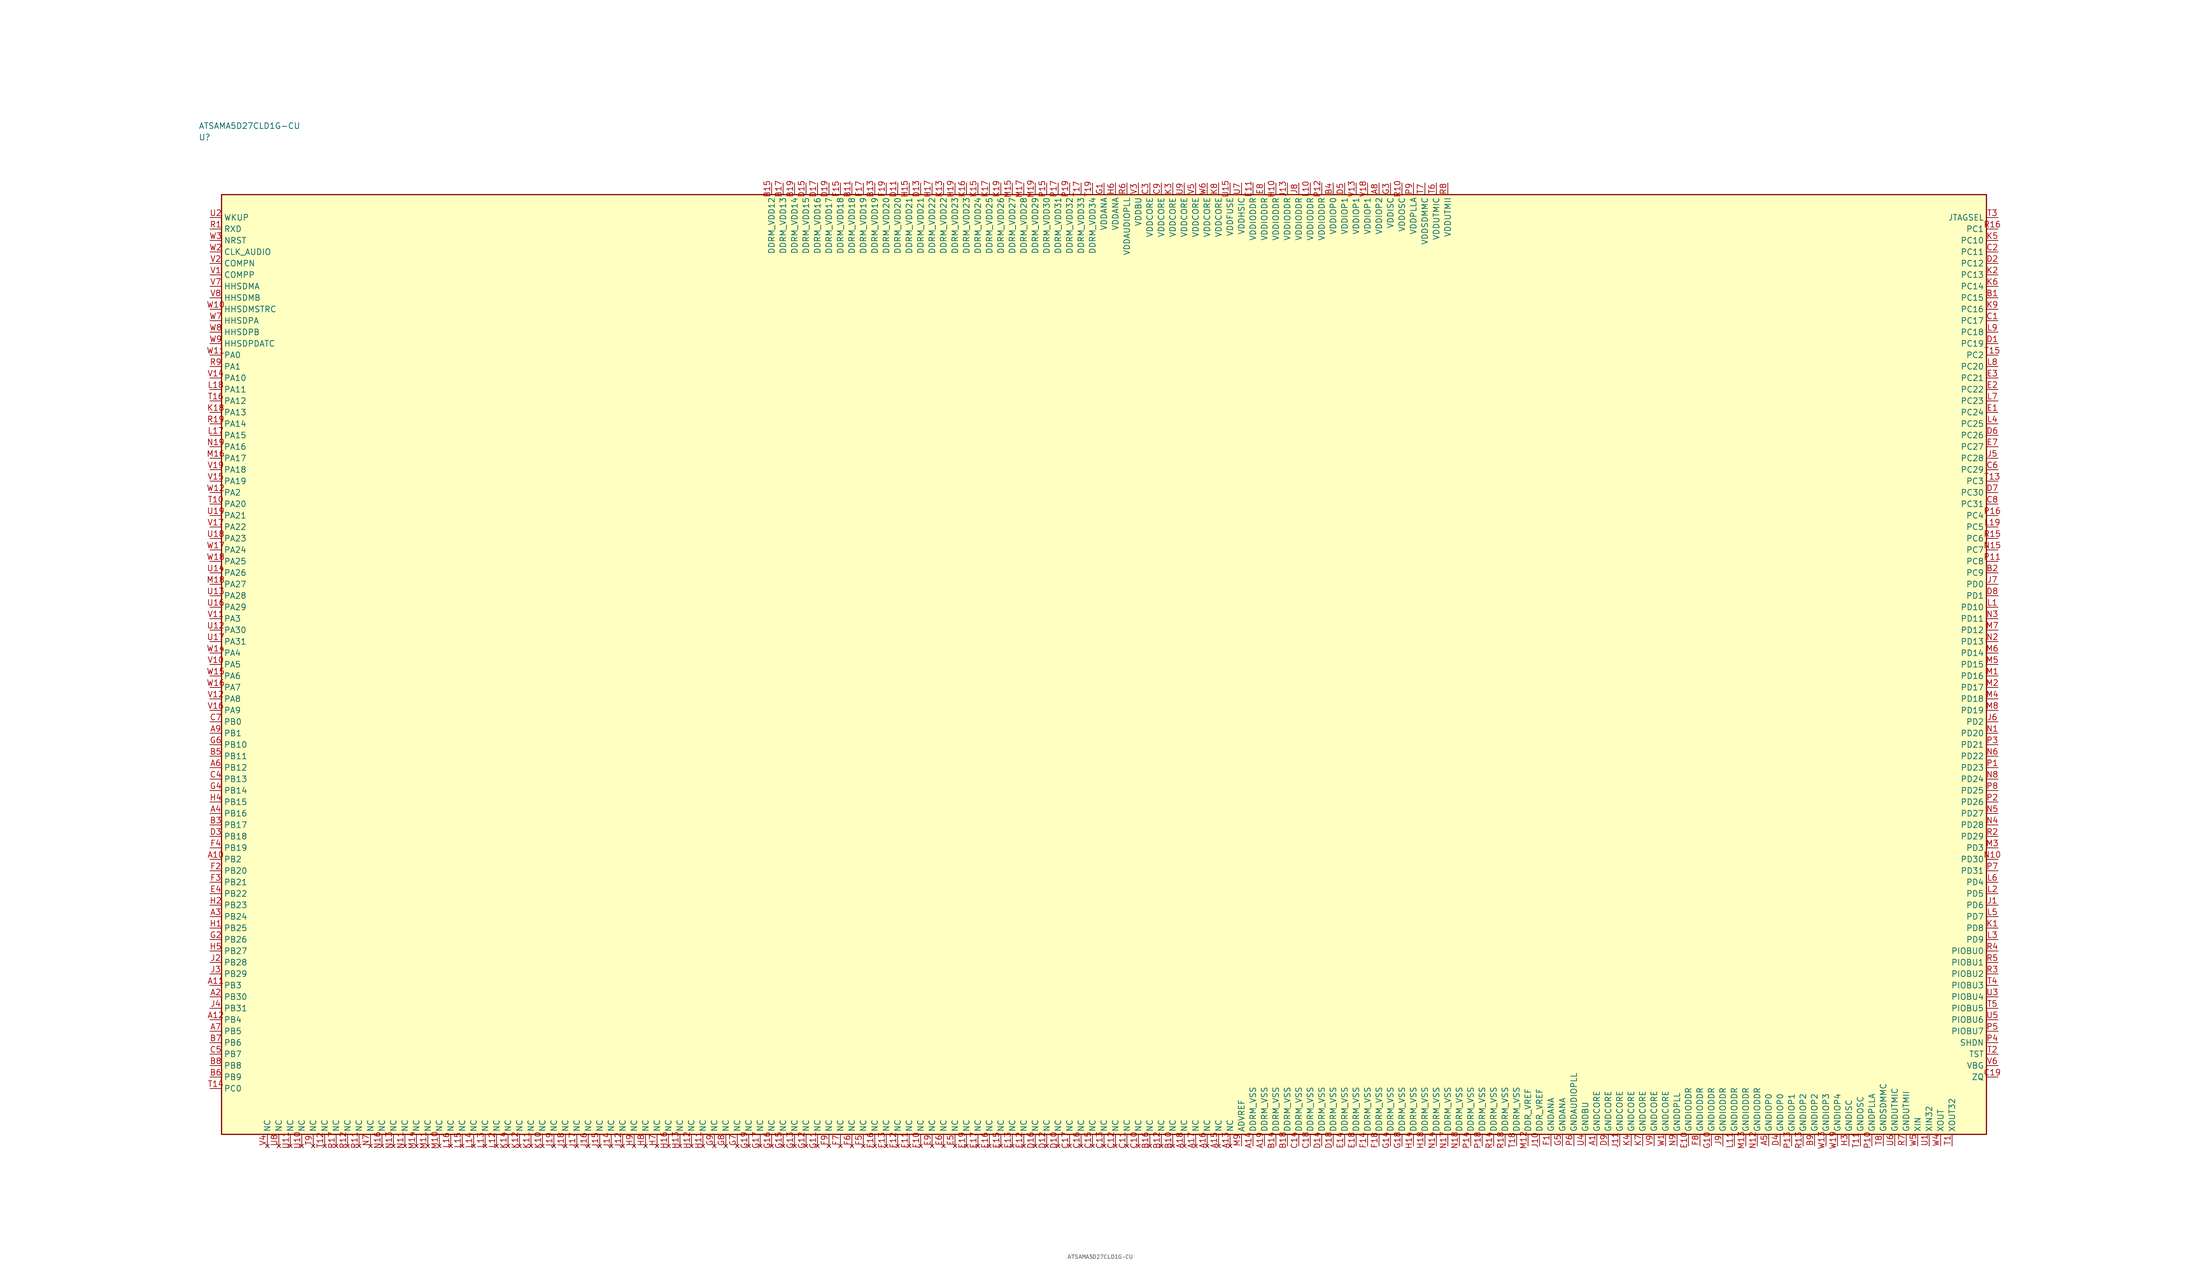
<source format=kicad_sym>
(kicad_symbol_lib
  (version 20241025)
  (generator "kicad_symbol_editor")
  (generator_version "8.0")
  (symbol "ATSAMA5D27CLD1G-CU"
    (property "Reference" "U"
      (at -197.5 115.0 0)
      (effects (font (size 1.27 1.27)) (justify left)))
    (property "Value" "ATSAMA5D27CLD1G-CU"
      (at -197.5 117.5 0)
      (effects (font (size 1.27 1.27)) (justify left)))
    (symbol "ATSAMA5D27CLD1G-CU_0_1"
      (rectangle (start -192.5 102.5) (end 192.5 -102.5) (stroke (width 0.254) (type default)) (fill (type background))))
    (symbol "ATSAMA5D27CLD1G-CU_1_1"
      (pin bidirectional line (at -195.04 67.5 0.0) (length 2.54) (name "PA0" (effects (font (size 1.27 1.27)))) (number "W11" (effects (font (size 1.27 1.27)))))
      (pin bidirectional line (at -195.04 65.0 0.0) (length 2.54) (name "PA1" (effects (font (size 1.27 1.27)))) (number "R9" (effects (font (size 1.27 1.27)))))
      (pin bidirectional line (at -195.04 37.5 0.0) (length 2.54) (name "PA2" (effects (font (size 1.27 1.27)))) (number "W12" (effects (font (size 1.27 1.27)))))
      (pin bidirectional line (at -195.04 10.0 0.0) (length 2.54) (name "PA3" (effects (font (size 1.27 1.27)))) (number "V11" (effects (font (size 1.27 1.27)))))
      (pin bidirectional line (at -195.04 2.5 0.0) (length 2.54) (name "PA4" (effects (font (size 1.27 1.27)))) (number "W14" (effects (font (size 1.27 1.27)))))
      (pin bidirectional line (at -195.04 0.0 0.0) (length 2.54) (name "PA5" (effects (font (size 1.27 1.27)))) (number "V10" (effects (font (size 1.27 1.27)))))
      (pin bidirectional line (at -195.04 -2.5 0.0) (length 2.54) (name "PA6" (effects (font (size 1.27 1.27)))) (number "W15" (effects (font (size 1.27 1.27)))))
      (pin bidirectional line (at -195.04 -5.0 0.0) (length 2.54) (name "PA7" (effects (font (size 1.27 1.27)))) (number "W16" (effects (font (size 1.27 1.27)))))
      (pin bidirectional line (at -195.04 -7.5 0.0) (length 2.54) (name "PA8" (effects (font (size 1.27 1.27)))) (number "V12" (effects (font (size 1.27 1.27)))))
      (pin bidirectional line (at -195.04 -10.0 0.0) (length 2.54) (name "PA9" (effects (font (size 1.27 1.27)))) (number "V16" (effects (font (size 1.27 1.27)))))
      (pin bidirectional line (at -195.04 62.5 0.0) (length 2.54) (name "PA10" (effects (font (size 1.27 1.27)))) (number "V14" (effects (font (size 1.27 1.27)))))
      (pin bidirectional line (at -195.04 60.0 0.0) (length 2.54) (name "PA11" (effects (font (size 1.27 1.27)))) (number "L18" (effects (font (size 1.27 1.27)))))
      (pin bidirectional line (at -195.04 57.5 0.0) (length 2.54) (name "PA12" (effects (font (size 1.27 1.27)))) (number "T16" (effects (font (size 1.27 1.27)))))
      (pin bidirectional line (at -195.04 55.0 0.0) (length 2.54) (name "PA13" (effects (font (size 1.27 1.27)))) (number "K18" (effects (font (size 1.27 1.27)))))
      (pin bidirectional line (at -195.04 52.5 0.0) (length 2.54) (name "PA14" (effects (font (size 1.27 1.27)))) (number "R19" (effects (font (size 1.27 1.27)))))
      (pin bidirectional line (at -195.04 50.0 0.0) (length 2.54) (name "PA15" (effects (font (size 1.27 1.27)))) (number "L17" (effects (font (size 1.27 1.27)))))
      (pin bidirectional line (at -195.04 47.5 0.0) (length 2.54) (name "PA16" (effects (font (size 1.27 1.27)))) (number "N19" (effects (font (size 1.27 1.27)))))
      (pin bidirectional line (at -195.04 45.0 0.0) (length 2.54) (name "PA17" (effects (font (size 1.27 1.27)))) (number "M16" (effects (font (size 1.27 1.27)))))
      (pin bidirectional line (at -195.04 42.5 0.0) (length 2.54) (name "PA18" (effects (font (size 1.27 1.27)))) (number "V19" (effects (font (size 1.27 1.27)))))
      (pin bidirectional line (at -195.04 40.0 0.0) (length 2.54) (name "PA19" (effects (font (size 1.27 1.27)))) (number "V15" (effects (font (size 1.27 1.27)))))
      (pin bidirectional line (at -195.04 35.0 0.0) (length 2.54) (name "PA20" (effects (font (size 1.27 1.27)))) (number "T10" (effects (font (size 1.27 1.27)))))
      (pin bidirectional line (at -195.04 32.5 0.0) (length 2.54) (name "PA21" (effects (font (size 1.27 1.27)))) (number "U19" (effects (font (size 1.27 1.27)))))
      (pin bidirectional line (at -195.04 30.0 0.0) (length 2.54) (name "PA22" (effects (font (size 1.27 1.27)))) (number "V17" (effects (font (size 1.27 1.27)))))
      (pin bidirectional line (at -195.04 27.5 0.0) (length 2.54) (name "PA23" (effects (font (size 1.27 1.27)))) (number "U18" (effects (font (size 1.27 1.27)))))
      (pin bidirectional line (at -195.04 25.0 0.0) (length 2.54) (name "PA24" (effects (font (size 1.27 1.27)))) (number "W17" (effects (font (size 1.27 1.27)))))
      (pin bidirectional line (at -195.04 22.5 0.0) (length 2.54) (name "PA25" (effects (font (size 1.27 1.27)))) (number "W18" (effects (font (size 1.27 1.27)))))
      (pin bidirectional line (at -195.04 20.0 0.0) (length 2.54) (name "PA26" (effects (font (size 1.27 1.27)))) (number "U14" (effects (font (size 1.27 1.27)))))
      (pin bidirectional line (at -195.04 17.5 0.0) (length 2.54) (name "PA27" (effects (font (size 1.27 1.27)))) (number "M18" (effects (font (size 1.27 1.27)))))
      (pin bidirectional line (at -195.04 15.0 0.0) (length 2.54) (name "PA28" (effects (font (size 1.27 1.27)))) (number "U13" (effects (font (size 1.27 1.27)))))
      (pin bidirectional line (at -195.04 12.5 0.0) (length 2.54) (name "PA29" (effects (font (size 1.27 1.27)))) (number "U16" (effects (font (size 1.27 1.27)))))
      (pin bidirectional line (at -195.04 7.5 0.0) (length 2.54) (name "PA30" (effects (font (size 1.27 1.27)))) (number "U12" (effects (font (size 1.27 1.27)))))
      (pin bidirectional line (at -195.04 5.0 0.0) (length 2.54) (name "PA31" (effects (font (size 1.27 1.27)))) (number "U17" (effects (font (size 1.27 1.27)))))
      (pin bidirectional line (at -195.04 -12.5 0.0) (length 2.54) (name "PB0" (effects (font (size 1.27 1.27)))) (number "C7" (effects (font (size 1.27 1.27)))))
      (pin bidirectional line (at -195.04 -15.0 0.0) (length 2.54) (name "PB1" (effects (font (size 1.27 1.27)))) (number "A9" (effects (font (size 1.27 1.27)))))
      (pin bidirectional line (at -195.04 -42.5 0.0) (length 2.54) (name "PB2" (effects (font (size 1.27 1.27)))) (number "A10" (effects (font (size 1.27 1.27)))))
      (pin bidirectional line (at -195.04 -70.0 0.0) (length 2.54) (name "PB3" (effects (font (size 1.27 1.27)))) (number "A11" (effects (font (size 1.27 1.27)))))
      (pin bidirectional line (at -195.04 -77.5 0.0) (length 2.54) (name "PB4" (effects (font (size 1.27 1.27)))) (number "A12" (effects (font (size 1.27 1.27)))))
      (pin bidirectional line (at -195.04 -80.0 0.0) (length 2.54) (name "PB5" (effects (font (size 1.27 1.27)))) (number "A7" (effects (font (size 1.27 1.27)))))
      (pin bidirectional line (at -195.04 -82.5 0.0) (length 2.54) (name "PB6" (effects (font (size 1.27 1.27)))) (number "B7" (effects (font (size 1.27 1.27)))))
      (pin bidirectional line (at -195.04 -85.0 0.0) (length 2.54) (name "PB7" (effects (font (size 1.27 1.27)))) (number "C5" (effects (font (size 1.27 1.27)))))
      (pin bidirectional line (at -195.04 -87.5 0.0) (length 2.54) (name "PB8" (effects (font (size 1.27 1.27)))) (number "B8" (effects (font (size 1.27 1.27)))))
      (pin bidirectional line (at -195.04 -90.0 0.0) (length 2.54) (name "PB9" (effects (font (size 1.27 1.27)))) (number "B6" (effects (font (size 1.27 1.27)))))
      (pin bidirectional line (at -195.04 -17.5 0.0) (length 2.54) (name "PB10" (effects (font (size 1.27 1.27)))) (number "G6" (effects (font (size 1.27 1.27)))))
      (pin bidirectional line (at -195.04 -20.0 0.0) (length 2.54) (name "PB11" (effects (font (size 1.27 1.27)))) (number "B5" (effects (font (size 1.27 1.27)))))
      (pin bidirectional line (at -195.04 -22.5 0.0) (length 2.54) (name "PB12" (effects (font (size 1.27 1.27)))) (number "A6" (effects (font (size 1.27 1.27)))))
      (pin bidirectional line (at -195.04 -25.0 0.0) (length 2.54) (name "PB13" (effects (font (size 1.27 1.27)))) (number "C4" (effects (font (size 1.27 1.27)))))
      (pin bidirectional line (at -195.04 -27.5 0.0) (length 2.54) (name "PB14" (effects (font (size 1.27 1.27)))) (number "G4" (effects (font (size 1.27 1.27)))))
      (pin bidirectional line (at -195.04 -30.0 0.0) (length 2.54) (name "PB15" (effects (font (size 1.27 1.27)))) (number "H4" (effects (font (size 1.27 1.27)))))
      (pin bidirectional line (at -195.04 -32.5 0.0) (length 2.54) (name "PB16" (effects (font (size 1.27 1.27)))) (number "A4" (effects (font (size 1.27 1.27)))))
      (pin bidirectional line (at -195.04 -35.0 0.0) (length 2.54) (name "PB17" (effects (font (size 1.27 1.27)))) (number "B3" (effects (font (size 1.27 1.27)))))
      (pin bidirectional line (at -195.04 -37.5 0.0) (length 2.54) (name "PB18" (effects (font (size 1.27 1.27)))) (number "D3" (effects (font (size 1.27 1.27)))))
      (pin bidirectional line (at -195.04 -40.0 0.0) (length 2.54) (name "PB19" (effects (font (size 1.27 1.27)))) (number "F4" (effects (font (size 1.27 1.27)))))
      (pin bidirectional line (at -195.04 -45.0 0.0) (length 2.54) (name "PB20" (effects (font (size 1.27 1.27)))) (number "F2" (effects (font (size 1.27 1.27)))))
      (pin bidirectional line (at -195.04 -47.5 0.0) (length 2.54) (name "PB21" (effects (font (size 1.27 1.27)))) (number "F3" (effects (font (size 1.27 1.27)))))
      (pin bidirectional line (at -195.04 -50.0 0.0) (length 2.54) (name "PB22" (effects (font (size 1.27 1.27)))) (number "E4" (effects (font (size 1.27 1.27)))))
      (pin bidirectional line (at -195.04 -52.5 0.0) (length 2.54) (name "PB23" (effects (font (size 1.27 1.27)))) (number "H2" (effects (font (size 1.27 1.27)))))
      (pin bidirectional line (at -195.04 -55.0 0.0) (length 2.54) (name "PB24" (effects (font (size 1.27 1.27)))) (number "A3" (effects (font (size 1.27 1.27)))))
      (pin bidirectional line (at -195.04 -57.5 0.0) (length 2.54) (name "PB25" (effects (font (size 1.27 1.27)))) (number "H1" (effects (font (size 1.27 1.27)))))
      (pin bidirectional line (at -195.04 -60.0 0.0) (length 2.54) (name "PB26" (effects (font (size 1.27 1.27)))) (number "G2" (effects (font (size 1.27 1.27)))))
      (pin bidirectional line (at -195.04 -62.5 0.0) (length 2.54) (name "PB27" (effects (font (size 1.27 1.27)))) (number "H5" (effects (font (size 1.27 1.27)))))
      (pin bidirectional line (at -195.04 -65.0 0.0) (length 2.54) (name "PB28" (effects (font (size 1.27 1.27)))) (number "J2" (effects (font (size 1.27 1.27)))))
      (pin bidirectional line (at -195.04 -67.5 0.0) (length 2.54) (name "PB29" (effects (font (size 1.27 1.27)))) (number "J3" (effects (font (size 1.27 1.27)))))
      (pin bidirectional line (at -195.04 -72.5 0.0) (length 2.54) (name "PB30" (effects (font (size 1.27 1.27)))) (number "A2" (effects (font (size 1.27 1.27)))))
      (pin bidirectional line (at -195.04 -75.0 0.0) (length 2.54) (name "PB31" (effects (font (size 1.27 1.27)))) (number "J4" (effects (font (size 1.27 1.27)))))
      (pin bidirectional line (at -195.04 -92.5 0.0) (length 2.54) (name "PC0" (effects (font (size 1.27 1.27)))) (number "T14" (effects (font (size 1.27 1.27)))))
      (pin bidirectional line (at 195.04 95.0 180.0) (length 2.54) (name "PC1" (effects (font (size 1.27 1.27)))) (number "R16" (effects (font (size 1.27 1.27)))))
      (pin bidirectional line (at 195.04 67.5 180.0) (length 2.54) (name "PC2" (effects (font (size 1.27 1.27)))) (number "T15" (effects (font (size 1.27 1.27)))))
      (pin bidirectional line (at 195.04 40.0 180.0) (length 2.54) (name "PC3" (effects (font (size 1.27 1.27)))) (number "T13" (effects (font (size 1.27 1.27)))))
      (pin bidirectional line (at 195.04 32.5 180.0) (length 2.54) (name "PC4" (effects (font (size 1.27 1.27)))) (number "P16" (effects (font (size 1.27 1.27)))))
      (pin bidirectional line (at 195.04 30.0 180.0) (length 2.54) (name "PC5" (effects (font (size 1.27 1.27)))) (number "L19" (effects (font (size 1.27 1.27)))))
      (pin bidirectional line (at 195.04 27.5 180.0) (length 2.54) (name "PC6" (effects (font (size 1.27 1.27)))) (number "R15" (effects (font (size 1.27 1.27)))))
      (pin bidirectional line (at 195.04 25.0 180.0) (length 2.54) (name "PC7" (effects (font (size 1.27 1.27)))) (number "N15" (effects (font (size 1.27 1.27)))))
      (pin bidirectional line (at 195.04 22.5 180.0) (length 2.54) (name "PC8" (effects (font (size 1.27 1.27)))) (number "P11" (effects (font (size 1.27 1.27)))))
      (pin bidirectional line (at 195.04 20.0 180.0) (length 2.54) (name "PC9" (effects (font (size 1.27 1.27)))) (number "B2" (effects (font (size 1.27 1.27)))))
      (pin bidirectional line (at 195.04 92.5 180.0) (length 2.54) (name "PC10" (effects (font (size 1.27 1.27)))) (number "K5" (effects (font (size 1.27 1.27)))))
      (pin bidirectional line (at 195.04 90.0 180.0) (length 2.54) (name "PC11" (effects (font (size 1.27 1.27)))) (number "C2" (effects (font (size 1.27 1.27)))))
      (pin bidirectional line (at 195.04 87.5 180.0) (length 2.54) (name "PC12" (effects (font (size 1.27 1.27)))) (number "D2" (effects (font (size 1.27 1.27)))))
      (pin bidirectional line (at 195.04 85.0 180.0) (length 2.54) (name "PC13" (effects (font (size 1.27 1.27)))) (number "K2" (effects (font (size 1.27 1.27)))))
      (pin bidirectional line (at 195.04 82.5 180.0) (length 2.54) (name "PC14" (effects (font (size 1.27 1.27)))) (number "K6" (effects (font (size 1.27 1.27)))))
      (pin bidirectional line (at 195.04 80.0 180.0) (length 2.54) (name "PC15" (effects (font (size 1.27 1.27)))) (number "B1" (effects (font (size 1.27 1.27)))))
      (pin bidirectional line (at 195.04 77.5 180.0) (length 2.54) (name "PC16" (effects (font (size 1.27 1.27)))) (number "K9" (effects (font (size 1.27 1.27)))))
      (pin bidirectional line (at 195.04 75.0 180.0) (length 2.54) (name "PC17" (effects (font (size 1.27 1.27)))) (number "C1" (effects (font (size 1.27 1.27)))))
      (pin bidirectional line (at 195.04 72.5 180.0) (length 2.54) (name "PC18" (effects (font (size 1.27 1.27)))) (number "L9" (effects (font (size 1.27 1.27)))))
      (pin bidirectional line (at 195.04 70.0 180.0) (length 2.54) (name "PC19" (effects (font (size 1.27 1.27)))) (number "D1" (effects (font (size 1.27 1.27)))))
      (pin bidirectional line (at 195.04 65.0 180.0) (length 2.54) (name "PC20" (effects (font (size 1.27 1.27)))) (number "L8" (effects (font (size 1.27 1.27)))))
      (pin bidirectional line (at 195.04 62.5 180.0) (length 2.54) (name "PC21" (effects (font (size 1.27 1.27)))) (number "E3" (effects (font (size 1.27 1.27)))))
      (pin bidirectional line (at 195.04 60.0 180.0) (length 2.54) (name "PC22" (effects (font (size 1.27 1.27)))) (number "E2" (effects (font (size 1.27 1.27)))))
      (pin bidirectional line (at 195.04 57.5 180.0) (length 2.54) (name "PC23" (effects (font (size 1.27 1.27)))) (number "L7" (effects (font (size 1.27 1.27)))))
      (pin bidirectional line (at 195.04 55.0 180.0) (length 2.54) (name "PC24" (effects (font (size 1.27 1.27)))) (number "E1" (effects (font (size 1.27 1.27)))))
      (pin bidirectional line (at 195.04 52.5 180.0) (length 2.54) (name "PC25" (effects (font (size 1.27 1.27)))) (number "L4" (effects (font (size 1.27 1.27)))))
      (pin bidirectional line (at 195.04 50.0 180.0) (length 2.54) (name "PC26" (effects (font (size 1.27 1.27)))) (number "D6" (effects (font (size 1.27 1.27)))))
      (pin bidirectional line (at 195.04 47.5 180.0) (length 2.54) (name "PC27" (effects (font (size 1.27 1.27)))) (number "E7" (effects (font (size 1.27 1.27)))))
      (pin bidirectional line (at 195.04 45.0 180.0) (length 2.54) (name "PC28" (effects (font (size 1.27 1.27)))) (number "J5" (effects (font (size 1.27 1.27)))))
      (pin bidirectional line (at 195.04 42.5 180.0) (length 2.54) (name "PC29" (effects (font (size 1.27 1.27)))) (number "C6" (effects (font (size 1.27 1.27)))))
      (pin bidirectional line (at 195.04 37.5 180.0) (length 2.54) (name "PC30" (effects (font (size 1.27 1.27)))) (number "D7" (effects (font (size 1.27 1.27)))))
      (pin bidirectional line (at 195.04 35.0 180.0) (length 2.54) (name "PC31" (effects (font (size 1.27 1.27)))) (number "C8" (effects (font (size 1.27 1.27)))))
      (pin bidirectional line (at 195.04 17.5 180.0) (length 2.54) (name "PD0" (effects (font (size 1.27 1.27)))) (number "J7" (effects (font (size 1.27 1.27)))))
      (pin bidirectional line (at 195.04 15.0 180.0) (length 2.54) (name "PD1" (effects (font (size 1.27 1.27)))) (number "D8" (effects (font (size 1.27 1.27)))))
      (pin bidirectional line (at 195.04 -12.5 180.0) (length 2.54) (name "PD2" (effects (font (size 1.27 1.27)))) (number "J6" (effects (font (size 1.27 1.27)))))
      (pin bidirectional line (at 195.04 -40.0 180.0) (length 2.54) (name "PD3" (effects (font (size 1.27 1.27)))) (number "M3" (effects (font (size 1.27 1.27)))))
      (pin bidirectional line (at 195.04 -47.5 180.0) (length 2.54) (name "PD4" (effects (font (size 1.27 1.27)))) (number "L6" (effects (font (size 1.27 1.27)))))
      (pin bidirectional line (at 195.04 -50.0 180.0) (length 2.54) (name "PD5" (effects (font (size 1.27 1.27)))) (number "L2" (effects (font (size 1.27 1.27)))))
      (pin bidirectional line (at 195.04 -52.5 180.0) (length 2.54) (name "PD6" (effects (font (size 1.27 1.27)))) (number "J1" (effects (font (size 1.27 1.27)))))
      (pin bidirectional line (at 195.04 -55.0 180.0) (length 2.54) (name "PD7" (effects (font (size 1.27 1.27)))) (number "L5" (effects (font (size 1.27 1.27)))))
      (pin bidirectional line (at 195.04 -57.5 180.0) (length 2.54) (name "PD8" (effects (font (size 1.27 1.27)))) (number "K1" (effects (font (size 1.27 1.27)))))
      (pin bidirectional line (at 195.04 -60.0 180.0) (length 2.54) (name "PD9" (effects (font (size 1.27 1.27)))) (number "L3" (effects (font (size 1.27 1.27)))))
      (pin bidirectional line (at 195.04 12.5 180.0) (length 2.54) (name "PD10" (effects (font (size 1.27 1.27)))) (number "L1" (effects (font (size 1.27 1.27)))))
      (pin bidirectional line (at 195.04 10.0 180.0) (length 2.54) (name "PD11" (effects (font (size 1.27 1.27)))) (number "N3" (effects (font (size 1.27 1.27)))))
      (pin bidirectional line (at 195.04 7.5 180.0) (length 2.54) (name "PD12" (effects (font (size 1.27 1.27)))) (number "M7" (effects (font (size 1.27 1.27)))))
      (pin bidirectional line (at 195.04 5.0 180.0) (length 2.54) (name "PD13" (effects (font (size 1.27 1.27)))) (number "N2" (effects (font (size 1.27 1.27)))))
      (pin bidirectional line (at 195.04 2.5 180.0) (length 2.54) (name "PD14" (effects (font (size 1.27 1.27)))) (number "M6" (effects (font (size 1.27 1.27)))))
      (pin bidirectional line (at 195.04 0.0 180.0) (length 2.54) (name "PD15" (effects (font (size 1.27 1.27)))) (number "M5" (effects (font (size 1.27 1.27)))))
      (pin bidirectional line (at 195.04 -2.5 180.0) (length 2.54) (name "PD16" (effects (font (size 1.27 1.27)))) (number "M1" (effects (font (size 1.27 1.27)))))
      (pin bidirectional line (at 195.04 -5.0 180.0) (length 2.54) (name "PD17" (effects (font (size 1.27 1.27)))) (number "M2" (effects (font (size 1.27 1.27)))))
      (pin bidirectional line (at 195.04 -7.5 180.0) (length 2.54) (name "PD18" (effects (font (size 1.27 1.27)))) (number "M4" (effects (font (size 1.27 1.27)))))
      (pin bidirectional line (at 195.04 -10.0 180.0) (length 2.54) (name "PD19" (effects (font (size 1.27 1.27)))) (number "M8" (effects (font (size 1.27 1.27)))))
      (pin bidirectional line (at 195.04 -15.0 180.0) (length 2.54) (name "PD20" (effects (font (size 1.27 1.27)))) (number "N1" (effects (font (size 1.27 1.27)))))
      (pin bidirectional line (at 195.04 -17.5 180.0) (length 2.54) (name "PD21" (effects (font (size 1.27 1.27)))) (number "P3" (effects (font (size 1.27 1.27)))))
      (pin bidirectional line (at 195.04 -20.0 180.0) (length 2.54) (name "PD22" (effects (font (size 1.27 1.27)))) (number "N6" (effects (font (size 1.27 1.27)))))
      (pin bidirectional line (at 195.04 -22.5 180.0) (length 2.54) (name "PD23" (effects (font (size 1.27 1.27)))) (number "P1" (effects (font (size 1.27 1.27)))))
      (pin bidirectional line (at 195.04 -25.0 180.0) (length 2.54) (name "PD24" (effects (font (size 1.27 1.27)))) (number "N8" (effects (font (size 1.27 1.27)))))
      (pin bidirectional line (at 195.04 -27.5 180.0) (length 2.54) (name "PD25" (effects (font (size 1.27 1.27)))) (number "P8" (effects (font (size 1.27 1.27)))))
      (pin bidirectional line (at 195.04 -30.0 180.0) (length 2.54) (name "PD26" (effects (font (size 1.27 1.27)))) (number "P2" (effects (font (size 1.27 1.27)))))
      (pin bidirectional line (at 195.04 -32.5 180.0) (length 2.54) (name "PD27" (effects (font (size 1.27 1.27)))) (number "N5" (effects (font (size 1.27 1.27)))))
      (pin bidirectional line (at 195.04 -35.0 180.0) (length 2.54) (name "PD28" (effects (font (size 1.27 1.27)))) (number "N4" (effects (font (size 1.27 1.27)))))
      (pin bidirectional line (at 195.04 -37.5 180.0) (length 2.54) (name "PD29" (effects (font (size 1.27 1.27)))) (number "R2" (effects (font (size 1.27 1.27)))))
      (pin bidirectional line (at 195.04 -42.5 180.0) (length 2.54) (name "PD30" (effects (font (size 1.27 1.27)))) (number "N10" (effects (font (size 1.27 1.27)))))
      (pin bidirectional line (at 195.04 -45.0 180.0) (length 2.54) (name "PD31" (effects (font (size 1.27 1.27)))) (number "P7" (effects (font (size 1.27 1.27)))))
      (pin passive line (at 30.0 -105.04 90.0) (length 2.54) (name "ADVREF" (effects (font (size 1.27 1.27)))) (number "M9" (effects (font (size 1.27 1.27)))))
      (pin power_in line (at 0.0 105.04 270.0) (length 2.54) (name "VDDANA" (effects (font (size 1.27 1.27)))) (number "G1" (effects (font (size 1.27 1.27)))))
      (pin power_in line (at 2.5 105.04 270.0) (length 2.54) (name "VDDANA" (effects (font (size 1.27 1.27)))) (number "H6" (effects (font (size 1.27 1.27)))))
      (pin passive line (at 97.5 -105.04 90.0) (length 2.54) (name "GNDANA" (effects (font (size 1.27 1.27)))) (number "F1" (effects (font (size 1.27 1.27)))))
      (pin passive line (at 100.0 -105.04 90.0) (length 2.54) (name "GNDANA" (effects (font (size 1.27 1.27)))) (number "G5" (effects (font (size 1.27 1.27)))))
      (pin passive line (at 92.5 -105.04 90.0) (length 2.54) (name "DDR_VREF" (effects (font (size 1.27 1.27)))) (number "M12" (effects (font (size 1.27 1.27)))))
      (pin passive line (at 95.0 -105.04 90.0) (length 2.54) (name "DDR_VREF" (effects (font (size 1.27 1.27)))) (number "J10" (effects (font (size 1.27 1.27)))))
      (pin bidirectional line (at 195.04 -90.0 180.0) (length 2.54) (name "ZQ" (effects (font (size 1.27 1.27)))) (number "C19" (effects (font (size 1.27 1.27)))))
      (pin power_in line (at 32.5 105.04 270.0) (length 2.54) (name "VDDIODDR" (effects (font (size 1.27 1.27)))) (number "E11" (effects (font (size 1.27 1.27)))))
      (pin power_in line (at 35.0 105.04 270.0) (length 2.54) (name "VDDIODDR" (effects (font (size 1.27 1.27)))) (number "E8" (effects (font (size 1.27 1.27)))))
      (pin power_in line (at 37.5 105.04 270.0) (length 2.54) (name "VDDIODDR" (effects (font (size 1.27 1.27)))) (number "H10" (effects (font (size 1.27 1.27)))))
      (pin power_in line (at 40.0 105.04 270.0) (length 2.54) (name "VDDIODDR" (effects (font (size 1.27 1.27)))) (number "J13" (effects (font (size 1.27 1.27)))))
      (pin power_in line (at 42.5 105.04 270.0) (length 2.54) (name "VDDIODDR" (effects (font (size 1.27 1.27)))) (number "J8" (effects (font (size 1.27 1.27)))))
      (pin power_in line (at 45.0 105.04 270.0) (length 2.54) (name "VDDIODDR" (effects (font (size 1.27 1.27)))) (number "L10" (effects (font (size 1.27 1.27)))))
      (pin power_in line (at 47.5 105.04 270.0) (length 2.54) (name "VDDIODDR" (effects (font (size 1.27 1.27)))) (number "P12" (effects (font (size 1.27 1.27)))))
      (pin passive line (at 127.5 -105.04 90.0) (length 2.54) (name "GNDIODDR" (effects (font (size 1.27 1.27)))) (number "E10" (effects (font (size 1.27 1.27)))))
      (pin passive line (at 130.0 -105.04 90.0) (length 2.54) (name "GNDIODDR" (effects (font (size 1.27 1.27)))) (number "F8" (effects (font (size 1.27 1.27)))))
      (pin passive line (at 132.5 -105.04 90.0) (length 2.54) (name "GNDIODDR" (effects (font (size 1.27 1.27)))) (number "G10" (effects (font (size 1.27 1.27)))))
      (pin passive line (at 135.0 -105.04 90.0) (length 2.54) (name "GNDIODDR" (effects (font (size 1.27 1.27)))) (number "J9" (effects (font (size 1.27 1.27)))))
      (pin passive line (at 137.5 -105.04 90.0) (length 2.54) (name "GNDIODDR" (effects (font (size 1.27 1.27)))) (number "L11" (effects (font (size 1.27 1.27)))))
      (pin passive line (at 140.0 -105.04 90.0) (length 2.54) (name "GNDIODDR" (effects (font (size 1.27 1.27)))) (number "M13" (effects (font (size 1.27 1.27)))))
      (pin passive line (at 142.5 -105.04 90.0) (length 2.54) (name "GNDIODDR" (effects (font (size 1.27 1.27)))) (number "N12" (effects (font (size 1.27 1.27)))))
      (pin power_in line (at 10.0 105.04 270.0) (length 2.54) (name "VDDCORE" (effects (font (size 1.27 1.27)))) (number "C3" (effects (font (size 1.27 1.27)))))
      (pin power_in line (at 12.5 105.04 270.0) (length 2.54) (name "VDDCORE" (effects (font (size 1.27 1.27)))) (number "C9" (effects (font (size 1.27 1.27)))))
      (pin power_in line (at 15.0 105.04 270.0) (length 2.54) (name "VDDCORE" (effects (font (size 1.27 1.27)))) (number "K3" (effects (font (size 1.27 1.27)))))
      (pin power_in line (at 17.5 105.04 270.0) (length 2.54) (name "VDDCORE" (effects (font (size 1.27 1.27)))) (number "U9" (effects (font (size 1.27 1.27)))))
      (pin power_in line (at 20.0 105.04 270.0) (length 2.54) (name "VDDCORE" (effects (font (size 1.27 1.27)))) (number "V5" (effects (font (size 1.27 1.27)))))
      (pin power_in line (at 22.5 105.04 270.0) (length 2.54) (name "VDDCORE" (effects (font (size 1.27 1.27)))) (number "W6" (effects (font (size 1.27 1.27)))))
      (pin power_in line (at 25.0 105.04 270.0) (length 2.54) (name "VDDCORE" (effects (font (size 1.27 1.27)))) (number "K8" (effects (font (size 1.27 1.27)))))
      (pin passive line (at 107.5 -105.04 90.0) (length 2.54) (name "GNDCORE" (effects (font (size 1.27 1.27)))) (number "A1" (effects (font (size 1.27 1.27)))))
      (pin passive line (at 110.0 -105.04 90.0) (length 2.54) (name "GNDCORE" (effects (font (size 1.27 1.27)))) (number "D9" (effects (font (size 1.27 1.27)))))
      (pin passive line (at 112.5 -105.04 90.0) (length 2.54) (name "GNDCORE" (effects (font (size 1.27 1.27)))) (number "J11" (effects (font (size 1.27 1.27)))))
      (pin passive line (at 115.0 -105.04 90.0) (length 2.54) (name "GNDCORE" (effects (font (size 1.27 1.27)))) (number "K4" (effects (font (size 1.27 1.27)))))
      (pin passive line (at 117.5 -105.04 90.0) (length 2.54) (name "GNDCORE" (effects (font (size 1.27 1.27)))) (number "K7" (effects (font (size 1.27 1.27)))))
      (pin passive line (at 120.0 -105.04 90.0) (length 2.54) (name "GNDCORE" (effects (font (size 1.27 1.27)))) (number "V9" (effects (font (size 1.27 1.27)))))
      (pin passive line (at 122.5 -105.04 90.0) (length 2.54) (name "GNDCORE" (effects (font (size 1.27 1.27)))) (number "W1" (effects (font (size 1.27 1.27)))))
      (pin power_in line (at 50.0 105.04 270.0) (length 2.54) (name "VDDIOP0" (effects (font (size 1.27 1.27)))) (number "B4" (effects (font (size 1.27 1.27)))))
      (pin power_in line (at 52.5 105.04 270.0) (length 2.54) (name "VDDIOP1" (effects (font (size 1.27 1.27)))) (number "D5" (effects (font (size 1.27 1.27)))))
      (pin passive line (at 145.0 -105.04 90.0) (length 2.54) (name "GNDIOP0" (effects (font (size 1.27 1.27)))) (number "A5" (effects (font (size 1.27 1.27)))))
      (pin passive line (at 147.5 -105.04 90.0) (length 2.54) (name "GNDIOP0" (effects (font (size 1.27 1.27)))) (number "D4" (effects (font (size 1.27 1.27)))))
      (pin power_in line (at 55.0 105.04 270.0) (length 2.54) (name "VDDIOP1" (effects (font (size 1.27 1.27)))) (number "V13" (effects (font (size 1.27 1.27)))))
      (pin power_in line (at 57.5 105.04 270.0) (length 2.54) (name "VDDIOP1" (effects (font (size 1.27 1.27)))) (number "V18" (effects (font (size 1.27 1.27)))))
      (pin passive line (at 150.0 -105.04 90.0) (length 2.54) (name "GNDIOP1" (effects (font (size 1.27 1.27)))) (number "P13" (effects (font (size 1.27 1.27)))))
      (pin passive line (at 152.5 -105.04 90.0) (length 2.54) (name "GNDIOP2" (effects (font (size 1.27 1.27)))) (number "R13" (effects (font (size 1.27 1.27)))))
      (pin passive line (at 157.5 -105.04 90.0) (length 2.54) (name "GNDIOP3" (effects (font (size 1.27 1.27)))) (number "W13" (effects (font (size 1.27 1.27)))))
      (pin passive line (at 160.0 -105.04 90.0) (length 2.54) (name "GNDIOP4" (effects (font (size 1.27 1.27)))) (number "W19" (effects (font (size 1.27 1.27)))))
      (pin power_in line (at 60.0 105.04 270.0) (length 2.54) (name "VDDIOP2" (effects (font (size 1.27 1.27)))) (number "A8" (effects (font (size 1.27 1.27)))))
      (pin passive line (at 155.0 -105.04 90.0) (length 2.54) (name "GNDIOP2" (effects (font (size 1.27 1.27)))) (number "B9" (effects (font (size 1.27 1.27)))))
      (pin power_in line (at 70.0 105.04 270.0) (length 2.54) (name "VDDSDMMC" (effects (font (size 1.27 1.27)))) (number "T7" (effects (font (size 1.27 1.27)))))
      (pin passive line (at 170.0 -105.04 90.0) (length 2.54) (name "GNDSDMMC" (effects (font (size 1.27 1.27)))) (number "T8" (effects (font (size 1.27 1.27)))))
      (pin power_in line (at 62.5 105.04 270.0) (length 2.54) (name "VDDISC" (effects (font (size 1.27 1.27)))) (number "G3" (effects (font (size 1.27 1.27)))))
      (pin passive line (at 162.5 -105.04 90.0) (length 2.54) (name "GNDISC" (effects (font (size 1.27 1.27)))) (number "H3" (effects (font (size 1.27 1.27)))))
      (pin power_in line (at 27.5 105.04 270.0) (length 2.54) (name "VDDFUSE" (effects (font (size 1.27 1.27)))) (number "U15" (effects (font (size 1.27 1.27)))))
      (pin power_in line (at 67.5 105.04 270.0) (length 2.54) (name "VDDPLLA" (effects (font (size 1.27 1.27)))) (number "P9" (effects (font (size 1.27 1.27)))))
      (pin passive line (at 167.5 -105.04 90.0) (length 2.54) (name "GNDPLLA" (effects (font (size 1.27 1.27)))) (number "P10" (effects (font (size 1.27 1.27)))))
      (pin power_in line (at 5.0 105.04 270.0) (length 2.54) (name "VDDAUDIOPLL" (effects (font (size 1.27 1.27)))) (number "R6" (effects (font (size 1.27 1.27)))))
      (pin passive line (at 125.0 -105.04 90.0) (length 2.54) (name "GNDDPLL" (effects (font (size 1.27 1.27)))) (number "N9" (effects (font (size 1.27 1.27)))))
      (pin passive line (at 102.5 -105.04 90.0) (length 2.54) (name "GNDAUDIOPLL" (effects (font (size 1.27 1.27)))) (number "P6" (effects (font (size 1.27 1.27)))))
      (pin bidirectional line (at -195.04 90.0 0.0) (length 2.54) (name "CLK_AUDIO" (effects (font (size 1.27 1.27)))) (number "W2" (effects (font (size 1.27 1.27)))))
      (pin passive line (at 177.5 -105.04 90.0) (length 2.54) (name "XIN" (effects (font (size 1.27 1.27)))) (number "W5" (effects (font (size 1.27 1.27)))))
      (pin passive line (at 182.5 -105.04 90.0) (length 2.54) (name "XOUT" (effects (font (size 1.27 1.27)))) (number "W4" (effects (font (size 1.27 1.27)))))
      (pin power_in line (at 65.0 105.04 270.0) (length 2.54) (name "VDDOSC" (effects (font (size 1.27 1.27)))) (number "R10" (effects (font (size 1.27 1.27)))))
      (pin passive line (at 165.0 -105.04 90.0) (length 2.54) (name "GNDOSC" (effects (font (size 1.27 1.27)))) (number "T11" (effects (font (size 1.27 1.27)))))
      (pin power_in line (at 75.0 105.04 270.0) (length 2.54) (name "VDDUTMII" (effects (font (size 1.27 1.27)))) (number "R8" (effects (font (size 1.27 1.27)))))
      (pin power_in line (at 30.0 105.04 270.0) (length 2.54) (name "VDDHSIC" (effects (font (size 1.27 1.27)))) (number "U7" (effects (font (size 1.27 1.27)))))
      (pin passive line (at 175.0 -105.04 90.0) (length 2.54) (name "GNDUTMII" (effects (font (size 1.27 1.27)))) (number "R7" (effects (font (size 1.27 1.27)))))
      (pin bidirectional line (at -195.04 75.0 0.0) (length 2.54) (name "HHSDPA" (effects (font (size 1.27 1.27)))) (number "W7" (effects (font (size 1.27 1.27)))))
      (pin bidirectional line (at -195.04 82.5 0.0) (length 2.54) (name "HHSDMA" (effects (font (size 1.27 1.27)))) (number "V7" (effects (font (size 1.27 1.27)))))
      (pin bidirectional line (at -195.04 72.5 0.0) (length 2.54) (name "HHSDPB" (effects (font (size 1.27 1.27)))) (number "W8" (effects (font (size 1.27 1.27)))))
      (pin bidirectional line (at -195.04 80.0 0.0) (length 2.54) (name "HHSDMB" (effects (font (size 1.27 1.27)))) (number "V8" (effects (font (size 1.27 1.27)))))
      (pin bidirectional line (at -195.04 70.0 0.0) (length 2.54) (name "HHSDPDATC" (effects (font (size 1.27 1.27)))) (number "W9" (effects (font (size 1.27 1.27)))))
      (pin bidirectional line (at -195.04 77.5 0.0) (length 2.54) (name "HHSDMSTRC" (effects (font (size 1.27 1.27)))) (number "W10" (effects (font (size 1.27 1.27)))))
      (pin power_in line (at 72.5 105.04 270.0) (length 2.54) (name "VDDUTMIC" (effects (font (size 1.27 1.27)))) (number "T6" (effects (font (size 1.27 1.27)))))
      (pin passive line (at 172.5 -105.04 90.0) (length 2.54) (name "GNDUTMIC" (effects (font (size 1.27 1.27)))) (number "U6" (effects (font (size 1.27 1.27)))))
      (pin bidirectional line (at 195.04 -87.5 180.0) (length 2.54) (name "VBG" (effects (font (size 1.27 1.27)))) (number "V6" (effects (font (size 1.27 1.27)))))
      (pin bidirectional line (at 195.04 -85.0 180.0) (length 2.54) (name "TST" (effects (font (size 1.27 1.27)))) (number "T2" (effects (font (size 1.27 1.27)))))
      (pin input line (at -195.04 92.5 0.0) (length 2.54) (name "NRST" (effects (font (size 1.27 1.27)))) (number "W3" (effects (font (size 1.27 1.27)))))
      (pin output line (at 195.04 97.5 180.0) (length 2.54) (name "JTAGSEL" (effects (font (size 1.27 1.27)))) (number "T3" (effects (font (size 1.27 1.27)))))
      (pin input line (at -195.04 97.5 0.0) (length 2.54) (name "WKUP" (effects (font (size 1.27 1.27)))) (number "U2" (effects (font (size 1.27 1.27)))))
      (pin input line (at -195.04 95.0 0.0) (length 2.54) (name "RXD" (effects (font (size 1.27 1.27)))) (number "R1" (effects (font (size 1.27 1.27)))))
      (pin bidirectional line (at 195.04 -82.5 180.0) (length 2.54) (name "SHDN" (effects (font (size 1.27 1.27)))) (number "P4" (effects (font (size 1.27 1.27)))))
      (pin bidirectional line (at 195.04 -62.5 180.0) (length 2.54) (name "PIOBU0" (effects (font (size 1.27 1.27)))) (number "R4" (effects (font (size 1.27 1.27)))))
      (pin bidirectional line (at 195.04 -65.0 180.0) (length 2.54) (name "PIOBU1" (effects (font (size 1.27 1.27)))) (number "R5" (effects (font (size 1.27 1.27)))))
      (pin bidirectional line (at 195.04 -67.5 180.0) (length 2.54) (name "PIOBU2" (effects (font (size 1.27 1.27)))) (number "R3" (effects (font (size 1.27 1.27)))))
      (pin bidirectional line (at 195.04 -70.0 180.0) (length 2.54) (name "PIOBU3" (effects (font (size 1.27 1.27)))) (number "T4" (effects (font (size 1.27 1.27)))))
      (pin bidirectional line (at 195.04 -72.5 180.0) (length 2.54) (name "PIOBU4" (effects (font (size 1.27 1.27)))) (number "U3" (effects (font (size 1.27 1.27)))))
      (pin bidirectional line (at 195.04 -75.0 180.0) (length 2.54) (name "PIOBU5" (effects (font (size 1.27 1.27)))) (number "T5" (effects (font (size 1.27 1.27)))))
      (pin bidirectional line (at 195.04 -77.5 180.0) (length 2.54) (name "PIOBU6" (effects (font (size 1.27 1.27)))) (number "U5" (effects (font (size 1.27 1.27)))))
      (pin bidirectional line (at 195.04 -80.0 180.0) (length 2.54) (name "PIOBU7" (effects (font (size 1.27 1.27)))) (number "P5" (effects (font (size 1.27 1.27)))))
      (pin power_in line (at 7.5 105.04 270.0) (length 2.54) (name "VDDBU" (effects (font (size 1.27 1.27)))) (number "V3" (effects (font (size 1.27 1.27)))))
      (pin passive line (at 105.0 -105.04 90.0) (length 2.54) (name "GNDBU" (effects (font (size 1.27 1.27)))) (number "U4" (effects (font (size 1.27 1.27)))))
      (pin passive line (at 180.0 -105.04 90.0) (length 2.54) (name "XIN32" (effects (font (size 1.27 1.27)))) (number "U1" (effects (font (size 1.27 1.27)))))
      (pin passive line (at 185.0 -105.04 90.0) (length 2.54) (name "XOUT32" (effects (font (size 1.27 1.27)))) (number "T1" (effects (font (size 1.27 1.27)))))
      (pin bidirectional line (at -195.04 85.0 0.0) (length 2.54) (name "COMPP" (effects (font (size 1.27 1.27)))) (number "V1" (effects (font (size 1.27 1.27)))))
      (pin bidirectional line (at -195.04 87.5 0.0) (length 2.54) (name "COMPN" (effects (font (size 1.27 1.27)))) (number "V2" (effects (font (size 1.27 1.27)))))
      (pin passive line (at 32.5 -105.04 90.0) (length 2.54) (name "DDRM_VSS" (effects (font (size 1.27 1.27)))) (number "A14" (effects (font (size 1.27 1.27)))))
      (pin passive line (at 35.0 -105.04 90.0) (length 2.54) (name "DDRM_VSS" (effects (font (size 1.27 1.27)))) (number "A19" (effects (font (size 1.27 1.27)))))
      (pin passive line (at 37.5 -105.04 90.0) (length 2.54) (name "DDRM_VSS" (effects (font (size 1.27 1.27)))) (number "B14" (effects (font (size 1.27 1.27)))))
      (pin passive line (at 40.0 -105.04 90.0) (length 2.54) (name "DDRM_VSS" (effects (font (size 1.27 1.27)))) (number "B18" (effects (font (size 1.27 1.27)))))
      (pin passive line (at 42.5 -105.04 90.0) (length 2.54) (name "DDRM_VSS" (effects (font (size 1.27 1.27)))) (number "C14" (effects (font (size 1.27 1.27)))))
      (pin passive line (at 45.0 -105.04 90.0) (length 2.54) (name "DDRM_VSS" (effects (font (size 1.27 1.27)))) (number "C18" (effects (font (size 1.27 1.27)))))
      (pin passive line (at 47.5 -105.04 90.0) (length 2.54) (name "DDRM_VSS" (effects (font (size 1.27 1.27)))) (number "D14" (effects (font (size 1.27 1.27)))))
      (pin passive line (at 50.0 -105.04 90.0) (length 2.54) (name "DDRM_VSS" (effects (font (size 1.27 1.27)))) (number "D18" (effects (font (size 1.27 1.27)))))
      (pin passive line (at 52.5 -105.04 90.0) (length 2.54) (name "DDRM_VSS" (effects (font (size 1.27 1.27)))) (number "E14" (effects (font (size 1.27 1.27)))))
      (pin passive line (at 55.0 -105.04 90.0) (length 2.54) (name "DDRM_VSS" (effects (font (size 1.27 1.27)))) (number "E18" (effects (font (size 1.27 1.27)))))
      (pin passive line (at 57.5 -105.04 90.0) (length 2.54) (name "DDRM_VSS" (effects (font (size 1.27 1.27)))) (number "F14" (effects (font (size 1.27 1.27)))))
      (pin passive line (at 60.0 -105.04 90.0) (length 2.54) (name "DDRM_VSS" (effects (font (size 1.27 1.27)))) (number "F18" (effects (font (size 1.27 1.27)))))
      (pin passive line (at 62.5 -105.04 90.0) (length 2.54) (name "DDRM_VSS" (effects (font (size 1.27 1.27)))) (number "G14" (effects (font (size 1.27 1.27)))))
      (pin passive line (at 65.0 -105.04 90.0) (length 2.54) (name "DDRM_VSS" (effects (font (size 1.27 1.27)))) (number "G18" (effects (font (size 1.27 1.27)))))
      (pin passive line (at 67.5 -105.04 90.0) (length 2.54) (name "DDRM_VSS" (effects (font (size 1.27 1.27)))) (number "H14" (effects (font (size 1.27 1.27)))))
      (pin passive line (at 70.0 -105.04 90.0) (length 2.54) (name "DDRM_VSS" (effects (font (size 1.27 1.27)))) (number "H18" (effects (font (size 1.27 1.27)))))
      (pin passive line (at 72.5 -105.04 90.0) (length 2.54) (name "DDRM_VSS" (effects (font (size 1.27 1.27)))) (number "N14" (effects (font (size 1.27 1.27)))))
      (pin passive line (at 75.0 -105.04 90.0) (length 2.54) (name "DDRM_VSS" (effects (font (size 1.27 1.27)))) (number "N17" (effects (font (size 1.27 1.27)))))
      (pin passive line (at 77.5 -105.04 90.0) (length 2.54) (name "DDRM_VSS" (effects (font (size 1.27 1.27)))) (number "N18" (effects (font (size 1.27 1.27)))))
      (pin passive line (at 80.0 -105.04 90.0) (length 2.54) (name "DDRM_VSS" (effects (font (size 1.27 1.27)))) (number "P14" (effects (font (size 1.27 1.27)))))
      (pin passive line (at 82.5 -105.04 90.0) (length 2.54) (name "DDRM_VSS" (effects (font (size 1.27 1.27)))) (number "P18" (effects (font (size 1.27 1.27)))))
      (pin passive line (at 85.0 -105.04 90.0) (length 2.54) (name "DDRM_VSS" (effects (font (size 1.27 1.27)))) (number "R14" (effects (font (size 1.27 1.27)))))
      (pin passive line (at 87.5 -105.04 90.0) (length 2.54) (name "DDRM_VSS" (effects (font (size 1.27 1.27)))) (number "R18" (effects (font (size 1.27 1.27)))))
      (pin passive line (at 90.0 -105.04 90.0) (length 2.54) (name "DDRM_VSS" (effects (font (size 1.27 1.27)))) (number "T18" (effects (font (size 1.27 1.27)))))
      (pin power_in line (at -72.5 105.04 270.0) (length 2.54) (name "DDRM_VDD12" (effects (font (size 1.27 1.27)))) (number "B15" (effects (font (size 1.27 1.27)))))
      (pin power_in line (at -70.0 105.04 270.0) (length 2.54) (name "DDRM_VDD13" (effects (font (size 1.27 1.27)))) (number "B17" (effects (font (size 1.27 1.27)))))
      (pin power_in line (at -67.5 105.04 270.0) (length 2.54) (name "DDRM_VDD14" (effects (font (size 1.27 1.27)))) (number "B19" (effects (font (size 1.27 1.27)))))
      (pin power_in line (at -65.0 105.04 270.0) (length 2.54) (name "DDRM_VDD15" (effects (font (size 1.27 1.27)))) (number "D15" (effects (font (size 1.27 1.27)))))
      (pin power_in line (at -62.5 105.04 270.0) (length 2.54) (name "DDRM_VDD16" (effects (font (size 1.27 1.27)))) (number "D17" (effects (font (size 1.27 1.27)))))
      (pin power_in line (at -60.0 105.04 270.0) (length 2.54) (name "DDRM_VDD17" (effects (font (size 1.27 1.27)))) (number "D19" (effects (font (size 1.27 1.27)))))
      (pin power_in line (at -57.5 105.04 270.0) (length 2.54) (name "DDRM_VDD18" (effects (font (size 1.27 1.27)))) (number "F15" (effects (font (size 1.27 1.27)))))
      (pin power_in line (at -52.5 105.04 270.0) (length 2.54) (name "DDRM_VDD19" (effects (font (size 1.27 1.27)))) (number "F17" (effects (font (size 1.27 1.27)))))
      (pin power_in line (at -47.5 105.04 270.0) (length 2.54) (name "DDRM_VDD20" (effects (font (size 1.27 1.27)))) (number "F19" (effects (font (size 1.27 1.27)))))
      (pin power_in line (at -42.5 105.04 270.0) (length 2.54) (name "DDRM_VDD21" (effects (font (size 1.27 1.27)))) (number "H15" (effects (font (size 1.27 1.27)))))
      (pin power_in line (at -37.5 105.04 270.0) (length 2.54) (name "DDRM_VDD22" (effects (font (size 1.27 1.27)))) (number "H17" (effects (font (size 1.27 1.27)))))
      (pin power_in line (at -32.5 105.04 270.0) (length 2.54) (name "DDRM_VDD23" (effects (font (size 1.27 1.27)))) (number "H19" (effects (font (size 1.27 1.27)))))
      (pin power_in line (at -27.5 105.04 270.0) (length 2.54) (name "DDRM_VDD24" (effects (font (size 1.27 1.27)))) (number "K15" (effects (font (size 1.27 1.27)))))
      (pin power_in line (at -25.0 105.04 270.0) (length 2.54) (name "DDRM_VDD25" (effects (font (size 1.27 1.27)))) (number "K17" (effects (font (size 1.27 1.27)))))
      (pin power_in line (at -22.5 105.04 270.0) (length 2.54) (name "DDRM_VDD26" (effects (font (size 1.27 1.27)))) (number "K19" (effects (font (size 1.27 1.27)))))
      (pin power_in line (at -20.0 105.04 270.0) (length 2.54) (name "DDRM_VDD27" (effects (font (size 1.27 1.27)))) (number "M15" (effects (font (size 1.27 1.27)))))
      (pin power_in line (at -17.5 105.04 270.0) (length 2.54) (name "DDRM_VDD28" (effects (font (size 1.27 1.27)))) (number "M17" (effects (font (size 1.27 1.27)))))
      (pin power_in line (at -15.0 105.04 270.0) (length 2.54) (name "DDRM_VDD29" (effects (font (size 1.27 1.27)))) (number "M19" (effects (font (size 1.27 1.27)))))
      (pin power_in line (at -12.5 105.04 270.0) (length 2.54) (name "DDRM_VDD30" (effects (font (size 1.27 1.27)))) (number "P15" (effects (font (size 1.27 1.27)))))
      (pin power_in line (at -10.0 105.04 270.0) (length 2.54) (name "DDRM_VDD31" (effects (font (size 1.27 1.27)))) (number "P17" (effects (font (size 1.27 1.27)))))
      (pin power_in line (at -7.5 105.04 270.0) (length 2.54) (name "DDRM_VDD32" (effects (font (size 1.27 1.27)))) (number "P19" (effects (font (size 1.27 1.27)))))
      (pin power_in line (at -5.0 105.04 270.0) (length 2.54) (name "DDRM_VDD33" (effects (font (size 1.27 1.27)))) (number "T17" (effects (font (size 1.27 1.27)))))
      (pin power_in line (at -2.5 105.04 270.0) (length 2.54) (name "DDRM_VDD34" (effects (font (size 1.27 1.27)))) (number "T19" (effects (font (size 1.27 1.27)))))
      (pin power_in line (at -55.0 105.04 270.0) (length 2.54) (name "DDRM_VDD18" (effects (font (size 1.27 1.27)))) (number "B11" (effects (font (size 1.27 1.27)))))
      (pin power_in line (at -50.0 105.04 270.0) (length 2.54) (name "DDRM_VDD19" (effects (font (size 1.27 1.27)))) (number "B13" (effects (font (size 1.27 1.27)))))
      (pin power_in line (at -45.0 105.04 270.0) (length 2.54) (name "DDRM_VDD20" (effects (font (size 1.27 1.27)))) (number "D11" (effects (font (size 1.27 1.27)))))
      (pin power_in line (at -40.0 105.04 270.0) (length 2.54) (name "DDRM_VDD21" (effects (font (size 1.27 1.27)))) (number "D13" (effects (font (size 1.27 1.27)))))
      (pin power_in line (at -35.0 105.04 270.0) (length 2.54) (name "DDRM_VDD22" (effects (font (size 1.27 1.27)))) (number "K13" (effects (font (size 1.27 1.27)))))
      (pin power_in line (at -30.0 105.04 270.0) (length 2.54) (name "DDRM_VDD23" (effects (font (size 1.27 1.27)))) (number "K16" (effects (font (size 1.27 1.27)))))
      (pin no_connect line (at 27.5 -105.04 90.0) (length 2.54) (name "NC" (effects (font (size 1.27 1.27)))) (number "A13" (effects (font (size 1.27 1.27)))))
      (pin no_connect line (at 25.0 -105.04 90.0) (length 2.54) (name "NC" (effects (font (size 1.27 1.27)))) (number "A15" (effects (font (size 1.27 1.27)))))
      (pin no_connect line (at 22.5 -105.04 90.0) (length 2.54) (name "NC" (effects (font (size 1.27 1.27)))) (number "A16" (effects (font (size 1.27 1.27)))))
      (pin no_connect line (at 20.0 -105.04 90.0) (length 2.54) (name "NC" (effects (font (size 1.27 1.27)))) (number "A17" (effects (font (size 1.27 1.27)))))
      (pin no_connect line (at 17.5 -105.04 90.0) (length 2.54) (name "NC" (effects (font (size 1.27 1.27)))) (number "A18" (effects (font (size 1.27 1.27)))))
      (pin no_connect line (at 15.0 -105.04 90.0) (length 2.54) (name "NC" (effects (font (size 1.27 1.27)))) (number "B10" (effects (font (size 1.27 1.27)))))
      (pin no_connect line (at 12.5 -105.04 90.0) (length 2.54) (name "NC" (effects (font (size 1.27 1.27)))) (number "B12" (effects (font (size 1.27 1.27)))))
      (pin no_connect line (at 10.0 -105.04 90.0) (length 2.54) (name "NC" (effects (font (size 1.27 1.27)))) (number "B16" (effects (font (size 1.27 1.27)))))
      (pin no_connect line (at 7.5 -105.04 90.0) (length 2.54) (name "NC" (effects (font (size 1.27 1.27)))) (number "C10" (effects (font (size 1.27 1.27)))))
      (pin no_connect line (at 5.0 -105.04 90.0) (length 2.54) (name "NC" (effects (font (size 1.27 1.27)))) (number "C11" (effects (font (size 1.27 1.27)))))
      (pin no_connect line (at 2.5 -105.04 90.0) (length 2.54) (name "NC" (effects (font (size 1.27 1.27)))) (number "C12" (effects (font (size 1.27 1.27)))))
      (pin no_connect line (at 0.0 -105.04 90.0) (length 2.54) (name "NC" (effects (font (size 1.27 1.27)))) (number "C13" (effects (font (size 1.27 1.27)))))
      (pin no_connect line (at -2.5 -105.04 90.0) (length 2.54) (name "NC" (effects (font (size 1.27 1.27)))) (number "C15" (effects (font (size 1.27 1.27)))))
      (pin no_connect line (at -5.0 -105.04 90.0) (length 2.54) (name "NC" (effects (font (size 1.27 1.27)))) (number "C16" (effects (font (size 1.27 1.27)))))
      (pin no_connect line (at -7.5 -105.04 90.0) (length 2.54) (name "NC" (effects (font (size 1.27 1.27)))) (number "C17" (effects (font (size 1.27 1.27)))))
      (pin no_connect line (at -10.0 -105.04 90.0) (length 2.54) (name "NC" (effects (font (size 1.27 1.27)))) (number "D10" (effects (font (size 1.27 1.27)))))
      (pin no_connect line (at -12.5 -105.04 90.0) (length 2.54) (name "NC" (effects (font (size 1.27 1.27)))) (number "D12" (effects (font (size 1.27 1.27)))))
      (pin no_connect line (at -15.0 -105.04 90.0) (length 2.54) (name "NC" (effects (font (size 1.27 1.27)))) (number "D16" (effects (font (size 1.27 1.27)))))
      (pin no_connect line (at -17.5 -105.04 90.0) (length 2.54) (name "NC" (effects (font (size 1.27 1.27)))) (number "E12" (effects (font (size 1.27 1.27)))))
      (pin no_connect line (at -20.0 -105.04 90.0) (length 2.54) (name "NC" (effects (font (size 1.27 1.27)))) (number "E13" (effects (font (size 1.27 1.27)))))
      (pin no_connect line (at -22.5 -105.04 90.0) (length 2.54) (name "NC" (effects (font (size 1.27 1.27)))) (number "E15" (effects (font (size 1.27 1.27)))))
      (pin no_connect line (at -25.0 -105.04 90.0) (length 2.54) (name "NC" (effects (font (size 1.27 1.27)))) (number "E16" (effects (font (size 1.27 1.27)))))
      (pin no_connect line (at -27.5 -105.04 90.0) (length 2.54) (name "NC" (effects (font (size 1.27 1.27)))) (number "E17" (effects (font (size 1.27 1.27)))))
      (pin no_connect line (at -30.0 -105.04 90.0) (length 2.54) (name "NC" (effects (font (size 1.27 1.27)))) (number "E19" (effects (font (size 1.27 1.27)))))
      (pin no_connect line (at -32.5 -105.04 90.0) (length 2.54) (name "NC" (effects (font (size 1.27 1.27)))) (number "E5" (effects (font (size 1.27 1.27)))))
      (pin no_connect line (at -35.0 -105.04 90.0) (length 2.54) (name "NC" (effects (font (size 1.27 1.27)))) (number "E6" (effects (font (size 1.27 1.27)))))
      (pin no_connect line (at -37.5 -105.04 90.0) (length 2.54) (name "NC" (effects (font (size 1.27 1.27)))) (number "E9" (effects (font (size 1.27 1.27)))))
      (pin no_connect line (at -40.0 -105.04 90.0) (length 2.54) (name "NC" (effects (font (size 1.27 1.27)))) (number "F10" (effects (font (size 1.27 1.27)))))
      (pin no_connect line (at -42.5 -105.04 90.0) (length 2.54) (name "NC" (effects (font (size 1.27 1.27)))) (number "F11" (effects (font (size 1.27 1.27)))))
      (pin no_connect line (at -45.0 -105.04 90.0) (length 2.54) (name "NC" (effects (font (size 1.27 1.27)))) (number "F12" (effects (font (size 1.27 1.27)))))
      (pin no_connect line (at -47.5 -105.04 90.0) (length 2.54) (name "NC" (effects (font (size 1.27 1.27)))) (number "F13" (effects (font (size 1.27 1.27)))))
      (pin no_connect line (at -50.0 -105.04 90.0) (length 2.54) (name "NC" (effects (font (size 1.27 1.27)))) (number "F16" (effects (font (size 1.27 1.27)))))
      (pin no_connect line (at -52.5 -105.04 90.0) (length 2.54) (name "NC" (effects (font (size 1.27 1.27)))) (number "F5" (effects (font (size 1.27 1.27)))))
      (pin no_connect line (at -55.0 -105.04 90.0) (length 2.54) (name "NC" (effects (font (size 1.27 1.27)))) (number "F6" (effects (font (size 1.27 1.27)))))
      (pin no_connect line (at -57.5 -105.04 90.0) (length 2.54) (name "NC" (effects (font (size 1.27 1.27)))) (number "F7" (effects (font (size 1.27 1.27)))))
      (pin no_connect line (at -60.0 -105.04 90.0) (length 2.54) (name "NC" (effects (font (size 1.27 1.27)))) (number "F9" (effects (font (size 1.27 1.27)))))
      (pin no_connect line (at -62.5 -105.04 90.0) (length 2.54) (name "NC" (effects (font (size 1.27 1.27)))) (number "G11" (effects (font (size 1.27 1.27)))))
      (pin no_connect line (at -65.0 -105.04 90.0) (length 2.54) (name "NC" (effects (font (size 1.27 1.27)))) (number "G12" (effects (font (size 1.27 1.27)))))
      (pin no_connect line (at -67.5 -105.04 90.0) (length 2.54) (name "NC" (effects (font (size 1.27 1.27)))) (number "G13" (effects (font (size 1.27 1.27)))))
      (pin no_connect line (at -70.0 -105.04 90.0) (length 2.54) (name "NC" (effects (font (size 1.27 1.27)))) (number "G15" (effects (font (size 1.27 1.27)))))
      (pin no_connect line (at -72.5 -105.04 90.0) (length 2.54) (name "NC" (effects (font (size 1.27 1.27)))) (number "G16" (effects (font (size 1.27 1.27)))))
      (pin no_connect line (at -75.0 -105.04 90.0) (length 2.54) (name "NC" (effects (font (size 1.27 1.27)))) (number "G17" (effects (font (size 1.27 1.27)))))
      (pin no_connect line (at -77.5 -105.04 90.0) (length 2.54) (name "NC" (effects (font (size 1.27 1.27)))) (number "G19" (effects (font (size 1.27 1.27)))))
      (pin no_connect line (at -80.0 -105.04 90.0) (length 2.54) (name "NC" (effects (font (size 1.27 1.27)))) (number "G7" (effects (font (size 1.27 1.27)))))
      (pin no_connect line (at -82.5 -105.04 90.0) (length 2.54) (name "NC" (effects (font (size 1.27 1.27)))) (number "G8" (effects (font (size 1.27 1.27)))))
      (pin no_connect line (at -85.0 -105.04 90.0) (length 2.54) (name "NC" (effects (font (size 1.27 1.27)))) (number "G9" (effects (font (size 1.27 1.27)))))
      (pin no_connect line (at -87.5 -105.04 90.0) (length 2.54) (name "NC" (effects (font (size 1.27 1.27)))) (number "H11" (effects (font (size 1.27 1.27)))))
      (pin no_connect line (at -90.0 -105.04 90.0) (length 2.54) (name "NC" (effects (font (size 1.27 1.27)))) (number "H12" (effects (font (size 1.27 1.27)))))
      (pin no_connect line (at -92.5 -105.04 90.0) (length 2.54) (name "NC" (effects (font (size 1.27 1.27)))) (number "H13" (effects (font (size 1.27 1.27)))))
      (pin no_connect line (at -95.0 -105.04 90.0) (length 2.54) (name "NC" (effects (font (size 1.27 1.27)))) (number "H16" (effects (font (size 1.27 1.27)))))
      (pin no_connect line (at -97.5 -105.04 90.0) (length 2.54) (name "NC" (effects (font (size 1.27 1.27)))) (number "H7" (effects (font (size 1.27 1.27)))))
      (pin no_connect line (at -100.0 -105.04 90.0) (length 2.54) (name "NC" (effects (font (size 1.27 1.27)))) (number "H8" (effects (font (size 1.27 1.27)))))
      (pin no_connect line (at -102.5 -105.04 90.0) (length 2.54) (name "NC" (effects (font (size 1.27 1.27)))) (number "H9" (effects (font (size 1.27 1.27)))))
      (pin no_connect line (at -105.0 -105.04 90.0) (length 2.54) (name "NC" (effects (font (size 1.27 1.27)))) (number "J12" (effects (font (size 1.27 1.27)))))
      (pin no_connect line (at -107.5 -105.04 90.0) (length 2.54) (name "NC" (effects (font (size 1.27 1.27)))) (number "J14" (effects (font (size 1.27 1.27)))))
      (pin no_connect line (at -110.0 -105.04 90.0) (length 2.54) (name "NC" (effects (font (size 1.27 1.27)))) (number "J15" (effects (font (size 1.27 1.27)))))
      (pin no_connect line (at -112.5 -105.04 90.0) (length 2.54) (name "NC" (effects (font (size 1.27 1.27)))) (number "J16" (effects (font (size 1.27 1.27)))))
      (pin no_connect line (at -115.0 -105.04 90.0) (length 2.54) (name "NC" (effects (font (size 1.27 1.27)))) (number "J17" (effects (font (size 1.27 1.27)))))
      (pin no_connect line (at -117.5 -105.04 90.0) (length 2.54) (name "NC" (effects (font (size 1.27 1.27)))) (number "J18" (effects (font (size 1.27 1.27)))))
      (pin no_connect line (at -120.0 -105.04 90.0) (length 2.54) (name "NC" (effects (font (size 1.27 1.27)))) (number "J19" (effects (font (size 1.27 1.27)))))
      (pin no_connect line (at -122.5 -105.04 90.0) (length 2.54) (name "NC" (effects (font (size 1.27 1.27)))) (number "K10" (effects (font (size 1.27 1.27)))))
      (pin no_connect line (at -125.0 -105.04 90.0) (length 2.54) (name "NC" (effects (font (size 1.27 1.27)))) (number "K11" (effects (font (size 1.27 1.27)))))
      (pin no_connect line (at -127.5 -105.04 90.0) (length 2.54) (name "NC" (effects (font (size 1.27 1.27)))) (number "K12" (effects (font (size 1.27 1.27)))))
      (pin no_connect line (at -130.0 -105.04 90.0) (length 2.54) (name "NC" (effects (font (size 1.27 1.27)))) (number "K14" (effects (font (size 1.27 1.27)))))
      (pin no_connect line (at -132.5 -105.04 90.0) (length 2.54) (name "NC" (effects (font (size 1.27 1.27)))) (number "L12" (effects (font (size 1.27 1.27)))))
      (pin no_connect line (at -135.0 -105.04 90.0) (length 2.54) (name "NC" (effects (font (size 1.27 1.27)))) (number "L13" (effects (font (size 1.27 1.27)))))
      (pin no_connect line (at -137.5 -105.04 90.0) (length 2.54) (name "NC" (effects (font (size 1.27 1.27)))) (number "L14" (effects (font (size 1.27 1.27)))))
      (pin no_connect line (at -140.0 -105.04 90.0) (length 2.54) (name "NC" (effects (font (size 1.27 1.27)))) (number "L15" (effects (font (size 1.27 1.27)))))
      (pin no_connect line (at -142.5 -105.04 90.0) (length 2.54) (name "NC" (effects (font (size 1.27 1.27)))) (number "L16" (effects (font (size 1.27 1.27)))))
      (pin no_connect line (at -145.0 -105.04 90.0) (length 2.54) (name "NC" (effects (font (size 1.27 1.27)))) (number "M10" (effects (font (size 1.27 1.27)))))
      (pin no_connect line (at -147.5 -105.04 90.0) (length 2.54) (name "NC" (effects (font (size 1.27 1.27)))) (number "M11" (effects (font (size 1.27 1.27)))))
      (pin no_connect line (at -150.0 -105.04 90.0) (length 2.54) (name "NC" (effects (font (size 1.27 1.27)))) (number "M14" (effects (font (size 1.27 1.27)))))
      (pin no_connect line (at -152.5 -105.04 90.0) (length 2.54) (name "NC" (effects (font (size 1.27 1.27)))) (number "N11" (effects (font (size 1.27 1.27)))))
      (pin no_connect line (at -155.0 -105.04 90.0) (length 2.54) (name "NC" (effects (font (size 1.27 1.27)))) (number "N13" (effects (font (size 1.27 1.27)))))
      (pin no_connect line (at -157.5 -105.04 90.0) (length 2.54) (name "NC" (effects (font (size 1.27 1.27)))) (number "N16" (effects (font (size 1.27 1.27)))))
      (pin no_connect line (at -160.0 -105.04 90.0) (length 2.54) (name "NC" (effects (font (size 1.27 1.27)))) (number "N7" (effects (font (size 1.27 1.27)))))
      (pin no_connect line (at -162.5 -105.04 90.0) (length 2.54) (name "NC" (effects (font (size 1.27 1.27)))) (number "R11" (effects (font (size 1.27 1.27)))))
      (pin no_connect line (at -165.0 -105.04 90.0) (length 2.54) (name "NC" (effects (font (size 1.27 1.27)))) (number "R12" (effects (font (size 1.27 1.27)))))
      (pin no_connect line (at -167.5 -105.04 90.0) (length 2.54) (name "NC" (effects (font (size 1.27 1.27)))) (number "R17" (effects (font (size 1.27 1.27)))))
      (pin no_connect line (at -170.0 -105.04 90.0) (length 2.54) (name "NC" (effects (font (size 1.27 1.27)))) (number "T12" (effects (font (size 1.27 1.27)))))
      (pin no_connect line (at -172.5 -105.04 90.0) (length 2.54) (name "NC" (effects (font (size 1.27 1.27)))) (number "T9" (effects (font (size 1.27 1.27)))))
      (pin no_connect line (at -175.0 -105.04 90.0) (length 2.54) (name "NC" (effects (font (size 1.27 1.27)))) (number "U10" (effects (font (size 1.27 1.27)))))
      (pin no_connect line (at -177.5 -105.04 90.0) (length 2.54) (name "NC" (effects (font (size 1.27 1.27)))) (number "U11" (effects (font (size 1.27 1.27)))))
      (pin no_connect line (at -180.0 -105.04 90.0) (length 2.54) (name "NC" (effects (font (size 1.27 1.27)))) (number "U8" (effects (font (size 1.27 1.27)))))
      (pin no_connect line (at -182.5 -105.04 90.0) (length 2.54) (name "NC" (effects (font (size 1.27 1.27)))) (number "V4" (effects (font (size 1.27 1.27))))))))
</source>
